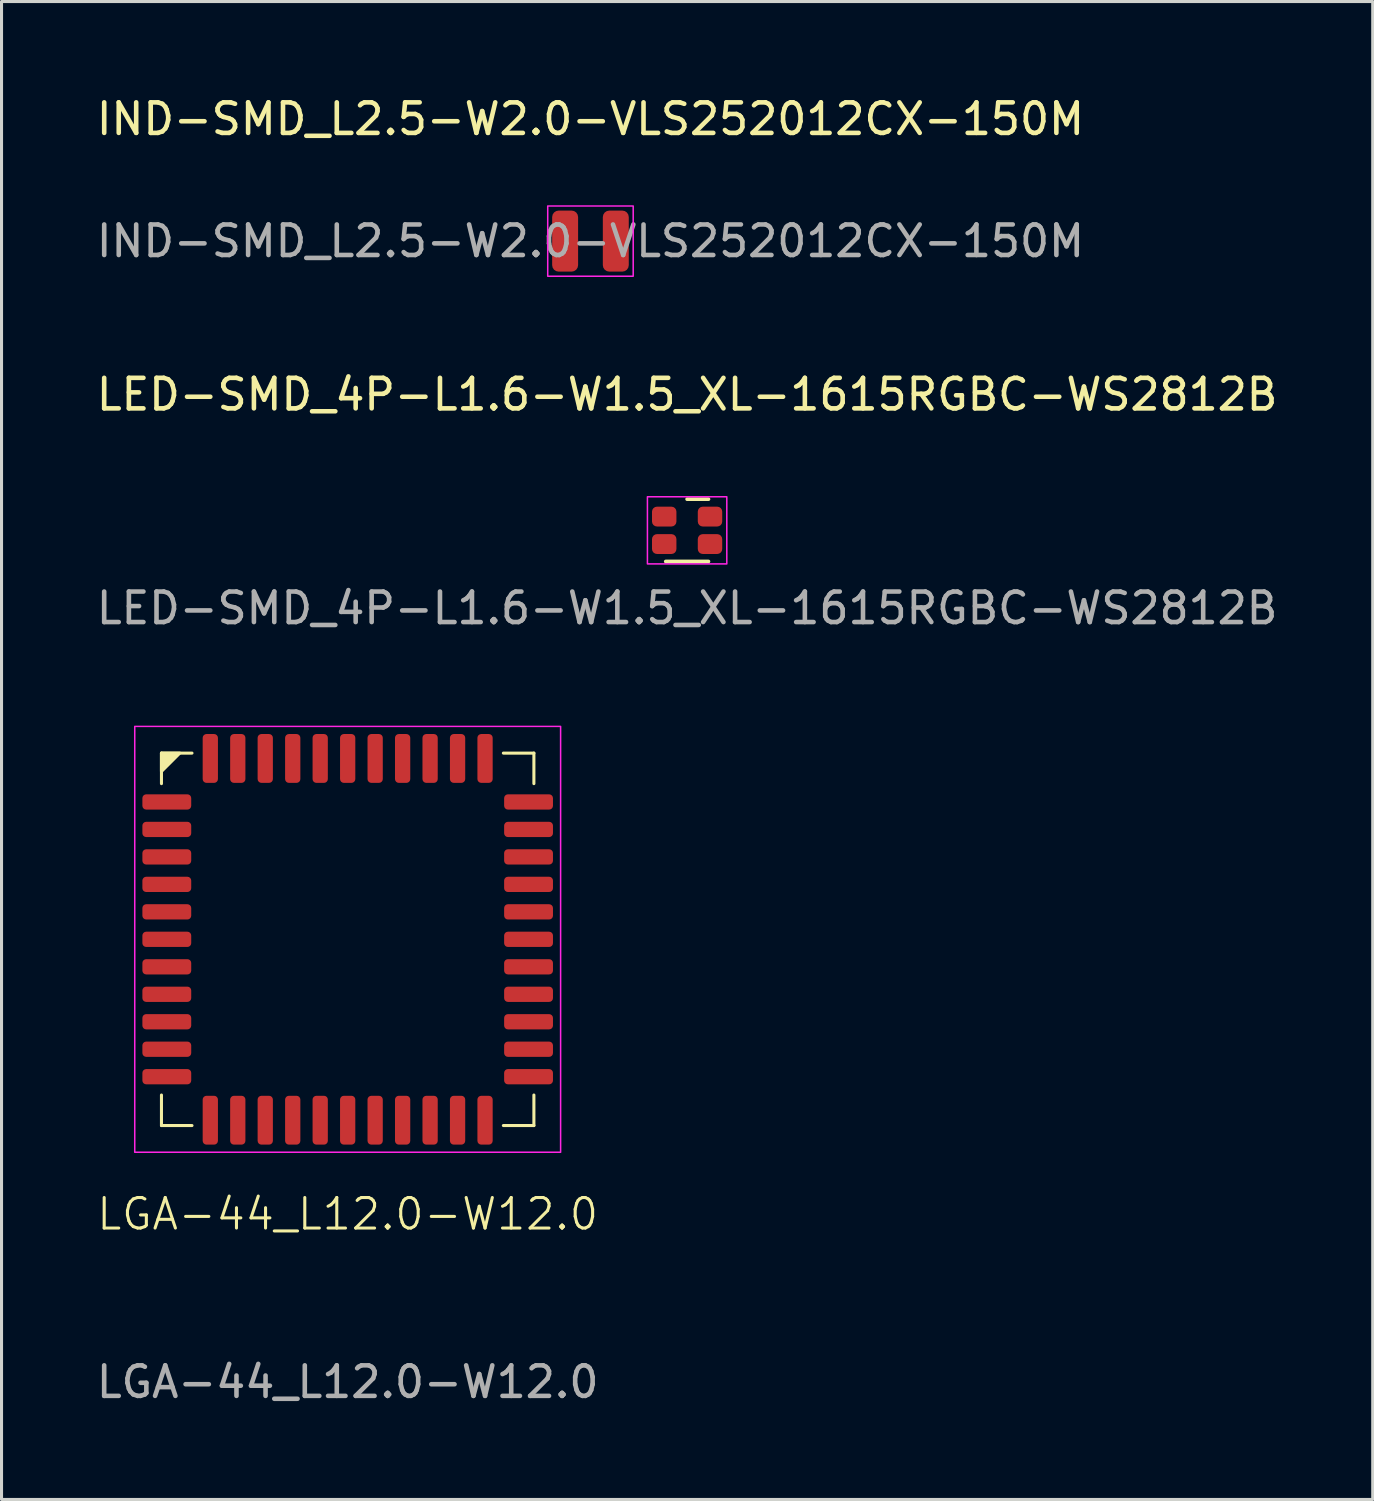
<source format=kicad_pcb>
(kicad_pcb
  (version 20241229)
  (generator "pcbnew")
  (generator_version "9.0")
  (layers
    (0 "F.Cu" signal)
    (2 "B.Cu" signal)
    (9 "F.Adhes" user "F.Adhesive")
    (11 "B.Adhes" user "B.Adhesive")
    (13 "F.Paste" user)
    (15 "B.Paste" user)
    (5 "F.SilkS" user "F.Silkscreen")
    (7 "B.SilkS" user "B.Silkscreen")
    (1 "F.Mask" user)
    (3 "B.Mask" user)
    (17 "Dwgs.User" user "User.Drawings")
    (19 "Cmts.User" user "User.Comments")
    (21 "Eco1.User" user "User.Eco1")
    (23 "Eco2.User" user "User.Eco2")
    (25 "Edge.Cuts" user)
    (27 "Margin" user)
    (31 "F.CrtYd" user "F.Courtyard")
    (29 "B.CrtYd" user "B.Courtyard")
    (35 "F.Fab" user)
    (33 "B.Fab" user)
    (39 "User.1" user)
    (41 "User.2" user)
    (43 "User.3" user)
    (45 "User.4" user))
  (footprint "LGA-44_L12.0-W12.0"
    (layer "F.Cu")
    (at 8.339 27.72)
    (property "Reference" "LGA-44_L12.0-W12.0" (at 0 9 0) (unlocked yes) (layer "F.SilkS") (effects (font (size 1 1) (thickness 0.1))))
    (attr smd)
    (fp_line (start -6.1 -6.1) (end -6.1 -5.1) (stroke (width 0.1) (type default)) (layer "F.SilkS"))
    (fp_line (start -6.1 -6.1) (end -5.1 -6.1) (stroke (width 0.1) (type default)) (layer "F.SilkS"))
    (fp_line (start -6.1 6.1) (end -6.1 5.1) (stroke (width 0.1) (type default)) (layer "F.SilkS"))
    (fp_line (start -6.1 6.1) (end -5.1 6.1) (stroke (width 0.1) (type default)) (layer "F.SilkS"))
    (fp_line (start 6.1 -6.1) (end 5.1 -6.1) (stroke (width 0.1) (type default)) (layer "F.SilkS"))
    (fp_line (start 6.1 -6.1) (end 6.1 -5.1) (stroke (width 0.1) (type default)) (layer "F.SilkS"))
    (fp_line (start 6.1 6.1) (end 5.1 6.1) (stroke (width 0.1) (type default)) (layer "F.SilkS"))
    (fp_line (start 6.1 6.1) (end 6.1 5.1) (stroke (width 0.1) (type default)) (layer "F.SilkS"))
    (fp_poly (pts (xy -6.1 -6.1) (xy -6.1 -5.5) (xy -5.5 -6.1)) (stroke (width 0.1) (type solid)) (fill yes) (layer "F.SilkS"))
    (fp_rect (start -6.975 -6.975) (end 6.975 6.975) (stroke (width 0.05) (type default)) (fill no) (layer "F.CrtYd"))
    (fp_text user "${REFERENCE}" (at 0 14.5 0) (unlocked yes) (layer "F.Fab") (effects (font (size 1 1) (thickness 0.15))))
    (pad "1" smd roundrect (at -5.925 -4.5 90) (size 0.5 1.6) (layers "F.Cu" "F.Mask" "F.Paste") (roundrect_rratio 0.25))
    (pad "2" smd roundrect (at -5.925 -3.6 90) (size 0.5 1.6) (layers "F.Cu" "F.Mask" "F.Paste") (roundrect_rratio 0.25))
    (pad "3" smd roundrect (at -5.925 -2.7 90) (size 0.5 1.6) (layers "F.Cu" "F.Mask" "F.Paste") (roundrect_rratio 0.25))
    (pad "4" smd roundrect (at -5.925 -1.8 90) (size 0.5 1.6) (layers "F.Cu" "F.Mask" "F.Paste") (roundrect_rratio 0.25))
    (pad "5" smd roundrect (at -5.925 -0.9 90) (size 0.5 1.6) (layers "F.Cu" "F.Mask" "F.Paste") (roundrect_rratio 0.25))
    (pad "6" smd roundrect (at -5.925 0 90) (size 0.5 1.6) (layers "F.Cu" "F.Mask" "F.Paste") (roundrect_rratio 0.25))
    (pad "7" smd roundrect (at -5.925 0.9 90) (size 0.5 1.6) (layers "F.Cu" "F.Mask" "F.Paste") (roundrect_rratio 0.25))
    (pad "8" smd roundrect (at -5.925 1.8 90) (size 0.5 1.6) (layers "F.Cu" "F.Mask" "F.Paste") (roundrect_rratio 0.25))
    (pad "9" smd roundrect (at -5.925 2.7 90) (size 0.5 1.6) (layers "F.Cu" "F.Mask" "F.Paste") (roundrect_rratio 0.25))
    (pad "10" smd roundrect (at -5.925 3.6 90) (size 0.5 1.6) (layers "F.Cu" "F.Mask" "F.Paste") (roundrect_rratio 0.25))
    (pad "11" smd roundrect (at -5.925 4.5 90) (size 0.5 1.6) (layers "F.Cu" "F.Mask" "F.Paste") (roundrect_rratio 0.25))
    (pad "12" smd roundrect (at -4.5 5.925) (size 0.5 1.6) (layers "F.Cu" "F.Mask" "F.Paste") (roundrect_rratio 0.25))
    (pad "13" smd roundrect (at -3.6 5.925) (size 0.5 1.6) (layers "F.Cu" "F.Mask" "F.Paste") (roundrect_rratio 0.25))
    (pad "14" smd roundrect (at -2.7 5.925) (size 0.5 1.6) (layers "F.Cu" "F.Mask" "F.Paste") (roundrect_rratio 0.25))
    (pad "15" smd roundrect (at -1.8 5.925) (size 0.5 1.6) (layers "F.Cu" "F.Mask" "F.Paste") (roundrect_rratio 0.25))
    (pad "16" smd roundrect (at -0.9 5.925) (size 0.5 1.6) (layers "F.Cu" "F.Mask" "F.Paste") (roundrect_rratio 0.25))
    (pad "17" smd roundrect (at 0 5.925) (size 0.5 1.6) (layers "F.Cu" "F.Mask" "F.Paste") (roundrect_rratio 0.25))
    (pad "18" smd roundrect (at 0.9 5.925) (size 0.5 1.6) (layers "F.Cu" "F.Mask" "F.Paste") (roundrect_rratio 0.25))
    (pad "19" smd roundrect (at 1.8 5.925) (size 0.5 1.6) (layers "F.Cu" "F.Mask" "F.Paste") (roundrect_rratio 0.25))
    (pad "20" smd roundrect (at 2.7 5.925) (size 0.5 1.6) (layers "F.Cu" "F.Mask" "F.Paste") (roundrect_rratio 0.25))
    (pad "21" smd roundrect (at 3.6 5.925) (size 0.5 1.6) (layers "F.Cu" "F.Mask" "F.Paste") (roundrect_rratio 0.25))
    (pad "22" smd roundrect (at 4.5 5.925) (size 0.5 1.6) (layers "F.Cu" "F.Mask" "F.Paste") (roundrect_rratio 0.25))
    (pad "23" smd roundrect (at 5.925 4.5 90) (size 0.5 1.6) (layers "F.Cu" "F.Mask" "F.Paste") (roundrect_rratio 0.25))
    (pad "24" smd roundrect (at 5.925 3.6 90) (size 0.5 1.6) (layers "F.Cu" "F.Mask" "F.Paste") (roundrect_rratio 0.25))
    (pad "25" smd roundrect (at 5.925 2.7 90) (size 0.5 1.6) (layers "F.Cu" "F.Mask" "F.Paste") (roundrect_rratio 0.25))
    (pad "26" smd roundrect (at 5.925 1.8 90) (size 0.5 1.6) (layers "F.Cu" "F.Mask" "F.Paste") (roundrect_rratio 0.25))
    (pad "27" smd roundrect (at 5.925 0.9 90) (size 0.5 1.6) (layers "F.Cu" "F.Mask" "F.Paste") (roundrect_rratio 0.25))
    (pad "28" smd roundrect (at 5.925 0 90) (size 0.5 1.6) (layers "F.Cu" "F.Mask" "F.Paste") (roundrect_rratio 0.25))
    (pad "29" smd roundrect (at 5.925 -0.9 90) (size 0.5 1.6) (layers "F.Cu" "F.Mask" "F.Paste") (roundrect_rratio 0.25))
    (pad "30" smd roundrect (at 5.925 -1.8 90) (size 0.5 1.6) (layers "F.Cu" "F.Mask" "F.Paste") (roundrect_rratio 0.25))
    (pad "31" smd roundrect (at 5.925 -2.7 90) (size 0.5 1.6) (layers "F.Cu" "F.Mask" "F.Paste") (roundrect_rratio 0.25))
    (pad "32" smd roundrect (at 5.925 -3.6 90) (size 0.5 1.6) (layers "F.Cu" "F.Mask" "F.Paste") (roundrect_rratio 0.25))
    (pad "33" smd roundrect (at 5.925 -4.5 90) (size 0.5 1.6) (layers "F.Cu" "F.Mask" "F.Paste") (roundrect_rratio 0.25))
    (pad "34" smd roundrect (at 4.5 -5.925) (size 0.5 1.6) (layers "F.Cu" "F.Mask" "F.Paste") (roundrect_rratio 0.25))
    (pad "35" smd roundrect (at 3.6 -5.925) (size 0.5 1.6) (layers "F.Cu" "F.Mask" "F.Paste") (roundrect_rratio 0.25))
    (pad "36" smd roundrect (at 2.7 -5.925) (size 0.5 1.6) (layers "F.Cu" "F.Mask" "F.Paste") (roundrect_rratio 0.25))
    (pad "37" smd roundrect (at 1.8 -5.925) (size 0.5 1.6) (layers "F.Cu" "F.Mask" "F.Paste") (roundrect_rratio 0.25))
    (pad "38" smd roundrect (at 0.9 -5.925) (size 0.5 1.6) (layers "F.Cu" "F.Mask" "F.Paste") (roundrect_rratio 0.25))
    (pad "39" smd roundrect (at 0 -5.925) (size 0.5 1.6) (layers "F.Cu" "F.Mask" "F.Paste") (roundrect_rratio 0.25))
    (pad "40" smd roundrect (at -0.9 -5.925) (size 0.5 1.6) (layers "F.Cu" "F.Mask" "F.Paste") (roundrect_rratio 0.25))
    (pad "41" smd roundrect (at -1.8 -5.925) (size 0.5 1.6) (layers "F.Cu" "F.Mask" "F.Paste") (roundrect_rratio 0.25))
    (pad "42" smd roundrect (at -2.7 -5.925) (size 0.5 1.6) (layers "F.Cu" "F.Mask" "F.Paste") (roundrect_rratio 0.25))
    (pad "43" smd roundrect (at -3.6 -5.925) (size 0.5 1.6) (layers "F.Cu" "F.Mask" "F.Paste") (roundrect_rratio 0.25))
    (pad "44" smd roundrect (at -4.5 -5.925) (size 0.5 1.6) (layers "F.Cu" "F.Mask" "F.Paste") (roundrect_rratio 0.25)))
  (footprint "LED-SMD_4P-L1.6-W1.5_XL-1615RGBC-WS2812B"
    (layer "F.Cu")
    (at 19.458 14.322)
    (property "Reference" "LED-SMD_4P-L1.6-W1.5_XL-1615RGBC-WS2812B" (at 0 -4.45 0) (layer "F.SilkS") (effects (font (size 1 1) (thickness 0.15))))
    (attr smd)
    (fp_line (start -0.7 1.02) (end 0.7 1.02) (stroke (width 0.12) (type solid)) (layer "F.SilkS"))
    (fp_line (start 0.7 -1.02) (end 0 -1.02) (stroke (width 0.12) (type solid)) (layer "F.SilkS"))
    (fp_rect (start -1.3 -1.1) (end 1.3 1.1) (stroke (width 0.05) (type default)) (fill no) (layer "F.CrtYd"))
    (fp_text user "${REFERENCE}" (at 0 2.55 0) (layer "F.Fab") (effects (font (size 1 1) (thickness 0.15))))
    (pad "1" smd roundrect (at -0.75 -0.45 180) (size 0.8 0.65) (layers "F.Cu" "F.Mask" "F.Paste") (roundrect_rratio 0.25))
    (pad "2" smd roundrect (at 0.75 -0.45 180) (size 0.8 0.65) (layers "F.Cu" "F.Mask" "F.Paste") (roundrect_rratio 0.25))
    (pad "3" smd roundrect (at -0.75 0.45 180) (size 0.8 0.65) (layers "F.Cu" "F.Mask" "F.Paste") (roundrect_rratio 0.25))
    (pad "4" smd roundrect (at 0.75 0.45 180) (size 0.8 0.65) (layers "F.Cu" "F.Mask" "F.Paste") (roundrect_rratio 0.25)))
  (footprint "IND-SMD_L2.5-W2.0-VLS252012CX-150M"
    (layer "F.Cu")
    (at 16.292 4.848)
    (property "Reference" "IND-SMD_L2.5-W2.0-VLS252012CX-150M" (at 0 -4 0) (layer "F.SilkS") (effects (font (size 1 1) (thickness 0.15))))
    (attr through_hole)
    (fp_rect (start -1.4 -1.15) (end 1.4 1.15) (stroke (width 0.05) (type default)) (fill no) (layer "F.CrtYd"))
    (fp_text user "${REFERENCE}" (at 0 0 0) (layer "F.Fab") (effects (font (size 1 1) (thickness 0.15))))
    (pad "1" smd roundrect (at -0.83 0) (size 0.85 2) (layers "F.Cu" "F.Mask" "F.Paste") (roundrect_rratio 0.25))
    (pad "2" smd roundrect (at 0.83 0) (size 0.85 2) (layers "F.Cu" "F.Mask" "F.Paste") (roundrect_rratio 0.25)))
  (gr_rect
    (start -3 -3)
    (end 41.917 46.068)
    (stroke (width 0.1) (type default))
    (fill no)
    (layer "Edge.Cuts")))
</source>
